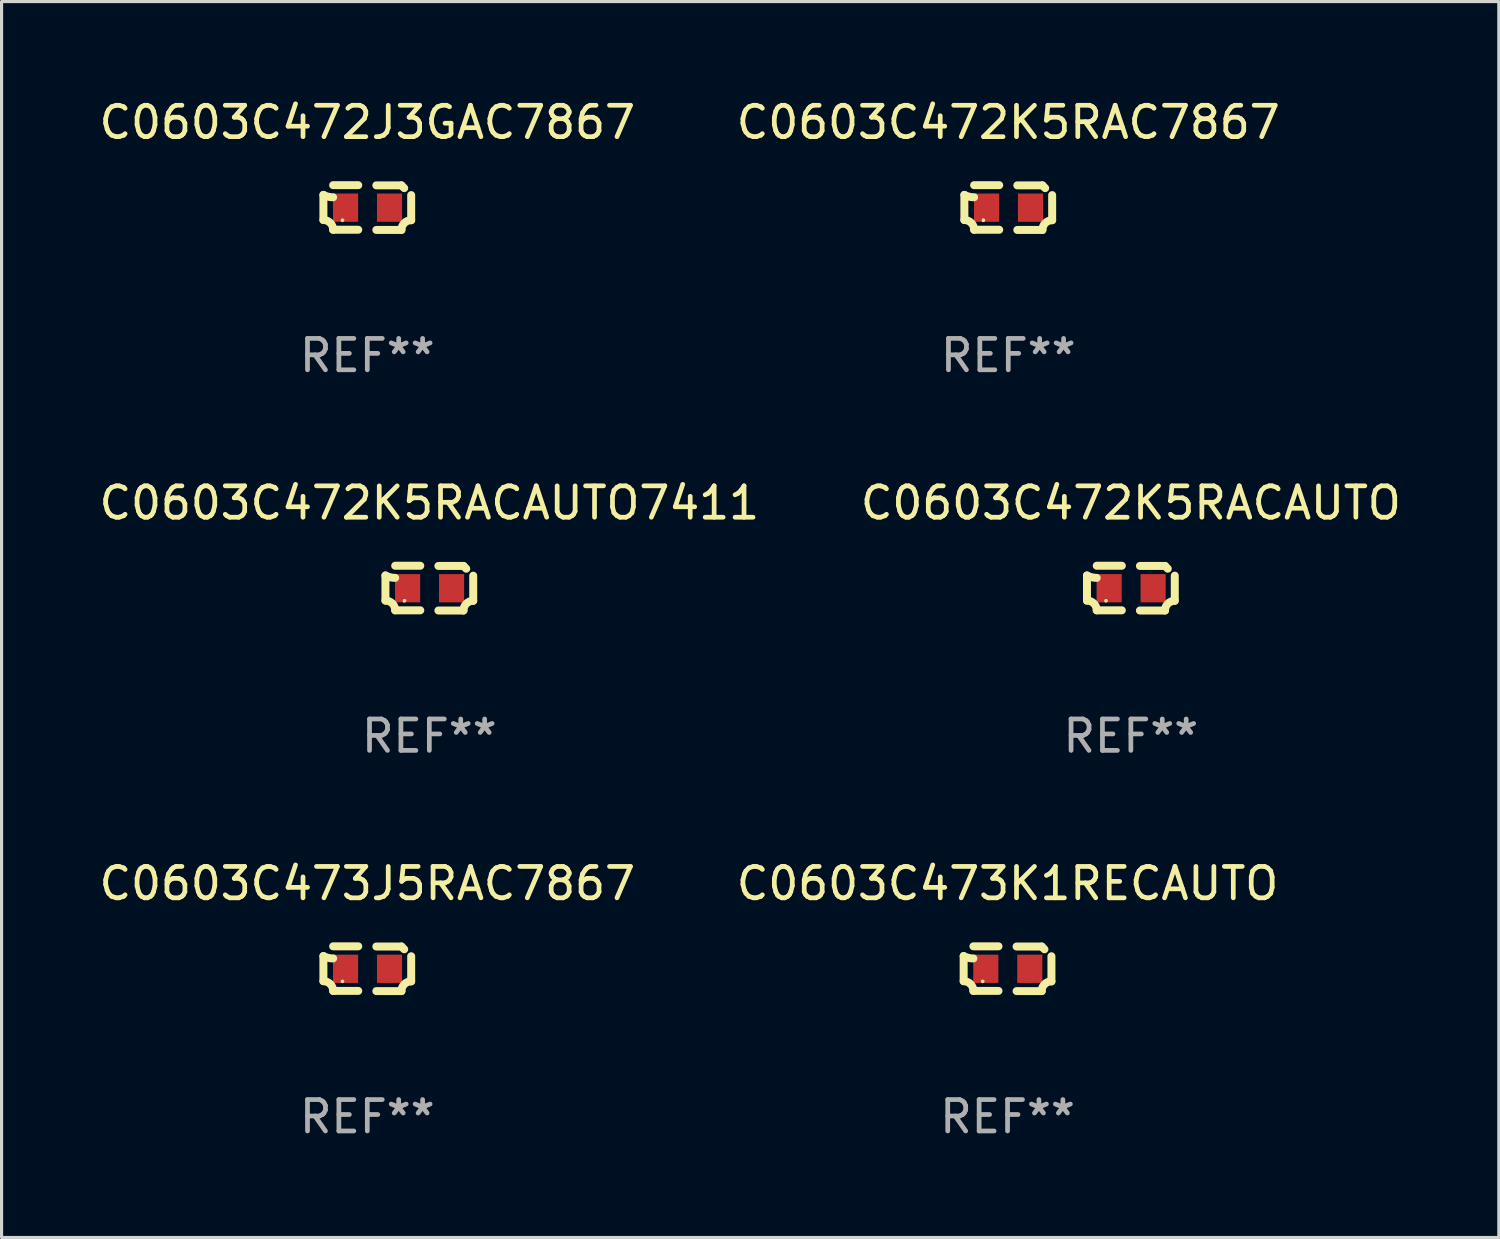
<source format=kicad_pcb>
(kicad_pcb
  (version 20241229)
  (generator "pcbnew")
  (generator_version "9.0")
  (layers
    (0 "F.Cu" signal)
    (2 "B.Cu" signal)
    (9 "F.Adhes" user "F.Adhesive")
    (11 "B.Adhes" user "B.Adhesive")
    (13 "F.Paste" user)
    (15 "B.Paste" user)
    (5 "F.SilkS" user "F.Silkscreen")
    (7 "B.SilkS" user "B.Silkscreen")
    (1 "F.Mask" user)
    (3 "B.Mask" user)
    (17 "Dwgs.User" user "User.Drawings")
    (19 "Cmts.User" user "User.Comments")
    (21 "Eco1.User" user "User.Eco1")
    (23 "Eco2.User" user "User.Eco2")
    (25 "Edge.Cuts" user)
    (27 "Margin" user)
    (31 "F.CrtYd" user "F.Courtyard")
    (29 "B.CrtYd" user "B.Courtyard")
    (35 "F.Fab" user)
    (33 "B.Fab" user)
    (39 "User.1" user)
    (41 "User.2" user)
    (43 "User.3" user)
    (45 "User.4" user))
  (footprint "C0603C472J3GAC7867"
    (layer "F.Cu")
    (at 8.649 3.561)
    (property "Reference" "C0603C472J3GAC7867" (at 0 -2.713 0) (layer "F.SilkS") (effects (font (size 1 1) (thickness 0.15))))
    (attr through_hole)
    (fp_line (start -1.398 -0.403) (end -1.398 0.397) (stroke (width 0.254) (type solid)) (layer "F.SilkS"))
    (fp_line (start -0.288 -0.713) (end -1.088 -0.713) (stroke (width 0.254) (type solid)) (layer "F.SilkS"))
    (fp_line (start -0.288 0.707) (end -1.088 0.707) (stroke (width 0.254) (type solid)) (layer "F.SilkS"))
    (fp_line (start 0.288 -0.707) (end 1.088 -0.707) (stroke (width 0.254) (type solid)) (layer "F.SilkS"))
    (fp_line (start 0.288 0.713) (end 1.088 0.713) (stroke (width 0.254) (type solid)) (layer "F.SilkS"))
    (fp_line (start 1.398 -0.397) (end 1.398 0.403) (stroke (width 0.254) (type solid)) (layer "F.SilkS"))
    (fp_arc (start -1.397789 0.397066) (mid -1.178701 0.487826) (end -1.08796 0.706922) (stroke (width 0.254001) (type solid)) (layer "F.SilkS"))
    (fp_arc (start -1.08796 -0.327176) (mid -1.247436 -0.346384) (end -1.39779 -0.402908) (stroke (width 0.254001) (type solid)) (layer "F.SilkS"))
    (fp_arc (start 1.087909 0.712738) (mid 1.178656 0.493655) (end 1.397739 0.402908) (stroke (width 0.254001) (type solid)) (layer "F.SilkS"))
    (fp_arc (start 1.175925 -0.618926) (mid 1.131917 -0.662923) (end 1.08791 -0.706922) (stroke (width 0.254001) (type solid)) (layer "F.SilkS"))
    (fp_circle (center -0.792 0.403) (end -0.762 0.403) (stroke (width 0.06) (type solid)) (fill no) (layer "F.SilkS"))
    (fp_text user "REF**" (at 0 4.713 0) (layer "F.Fab") (effects (font (size 1 1) (thickness 0.15))))
    (pad "1" smd rect (at -0.692 0.003) (size 0.8 0.9) (layers "F.Cu" "F.Mask" "F.Paste"))
    (pad "2" smd rect (at 0.708 0.003) (size 0.8 0.9) (layers "F.Cu" "F.Mask" "F.Paste")))
  (footprint "C0603C472K5RACAUTO7411"
    (layer "F.Cu")
    (at 10.625 15.683)
    (property "Reference" "C0603C472K5RACAUTO7411" (at 0 -2.713 0) (layer "F.SilkS") (effects (font (size 1 1) (thickness 0.15))))
    (attr through_hole)
    (fp_line (start -1.398 -0.403) (end -1.398 0.397) (stroke (width 0.254) (type solid)) (layer "F.SilkS"))
    (fp_line (start -0.288 -0.713) (end -1.088 -0.713) (stroke (width 0.254) (type solid)) (layer "F.SilkS"))
    (fp_line (start -0.288 0.707) (end -1.088 0.707) (stroke (width 0.254) (type solid)) (layer "F.SilkS"))
    (fp_line (start 0.288 -0.707) (end 1.088 -0.707) (stroke (width 0.254) (type solid)) (layer "F.SilkS"))
    (fp_line (start 0.288 0.713) (end 1.088 0.713) (stroke (width 0.254) (type solid)) (layer "F.SilkS"))
    (fp_line (start 1.398 -0.397) (end 1.398 0.403) (stroke (width 0.254) (type solid)) (layer "F.SilkS"))
    (fp_arc (start -1.397789 0.397066) (mid -1.178701 0.487826) (end -1.08796 0.706922) (stroke (width 0.254001) (type solid)) (layer "F.SilkS"))
    (fp_arc (start -1.08796 -0.327176) (mid -1.247436 -0.346384) (end -1.39779 -0.402908) (stroke (width 0.254001) (type solid)) (layer "F.SilkS"))
    (fp_arc (start 1.087909 0.712738) (mid 1.178656 0.493655) (end 1.397739 0.402908) (stroke (width 0.254001) (type solid)) (layer "F.SilkS"))
    (fp_arc (start 1.175925 -0.618926) (mid 1.131917 -0.662923) (end 1.08791 -0.706922) (stroke (width 0.254001) (type solid)) (layer "F.SilkS"))
    (fp_circle (center -0.792 0.403) (end -0.762 0.403) (stroke (width 0.06) (type solid)) (fill no) (layer "F.SilkS"))
    (fp_text user "REF**" (at 0 4.713 0) (layer "F.Fab") (effects (font (size 1 1) (thickness 0.15))))
    (pad "1" smd rect (at -0.692 0.003) (size 0.8 0.9) (layers "F.Cu" "F.Mask" "F.Paste"))
    (pad "2" smd rect (at 0.708 0.003) (size 0.8 0.9) (layers "F.Cu" "F.Mask" "F.Paste")))
  (footprint "C0603C472K5RAC7867"
    (layer "F.Cu")
    (at 29.065 3.561)
    (property "Reference" "C0603C472K5RAC7867" (at 0 -2.713 0) (layer "F.SilkS") (effects (font (size 1 1) (thickness 0.15))))
    (attr through_hole)
    (fp_line (start -1.398 -0.403) (end -1.398 0.397) (stroke (width 0.254) (type solid)) (layer "F.SilkS"))
    (fp_line (start -0.288 -0.713) (end -1.088 -0.713) (stroke (width 0.254) (type solid)) (layer "F.SilkS"))
    (fp_line (start -0.288 0.707) (end -1.088 0.707) (stroke (width 0.254) (type solid)) (layer "F.SilkS"))
    (fp_line (start 0.288 -0.707) (end 1.088 -0.707) (stroke (width 0.254) (type solid)) (layer "F.SilkS"))
    (fp_line (start 0.288 0.713) (end 1.088 0.713) (stroke (width 0.254) (type solid)) (layer "F.SilkS"))
    (fp_line (start 1.398 -0.397) (end 1.398 0.403) (stroke (width 0.254) (type solid)) (layer "F.SilkS"))
    (fp_arc (start -1.397789 0.397066) (mid -1.178701 0.487826) (end -1.08796 0.706922) (stroke (width 0.254001) (type solid)) (layer "F.SilkS"))
    (fp_arc (start -1.08796 -0.327176) (mid -1.247436 -0.346384) (end -1.39779 -0.402908) (stroke (width 0.254001) (type solid)) (layer "F.SilkS"))
    (fp_arc (start 1.087909 0.712738) (mid 1.178656 0.493655) (end 1.397739 0.402908) (stroke (width 0.254001) (type solid)) (layer "F.SilkS"))
    (fp_arc (start 1.175925 -0.618926) (mid 1.131917 -0.662923) (end 1.08791 -0.706922) (stroke (width 0.254001) (type solid)) (layer "F.SilkS"))
    (fp_circle (center -0.792 0.403) (end -0.762 0.403) (stroke (width 0.06) (type solid)) (fill no) (layer "F.SilkS"))
    (fp_text user "REF**" (at 0 4.713 0) (layer "F.Fab") (effects (font (size 1 1) (thickness 0.15))))
    (pad "1" smd rect (at -0.692 0.003) (size 0.8 0.9) (layers "F.Cu" "F.Mask" "F.Paste"))
    (pad "2" smd rect (at 0.708 0.003) (size 0.8 0.9) (layers "F.Cu" "F.Mask" "F.Paste")))
  (footprint "C0603C473J5RAC7867"
    (layer "F.Cu")
    (at 8.649 27.805)
    (property "Reference" "C0603C473J5RAC7867" (at 0 -2.713 0) (layer "F.SilkS") (effects (font (size 1 1) (thickness 0.15))))
    (attr through_hole)
    (fp_line (start -1.398 -0.403) (end -1.398 0.397) (stroke (width 0.254) (type solid)) (layer "F.SilkS"))
    (fp_line (start -0.288 -0.713) (end -1.088 -0.713) (stroke (width 0.254) (type solid)) (layer "F.SilkS"))
    (fp_line (start -0.288 0.707) (end -1.088 0.707) (stroke (width 0.254) (type solid)) (layer "F.SilkS"))
    (fp_line (start 0.288 -0.707) (end 1.088 -0.707) (stroke (width 0.254) (type solid)) (layer "F.SilkS"))
    (fp_line (start 0.288 0.713) (end 1.088 0.713) (stroke (width 0.254) (type solid)) (layer "F.SilkS"))
    (fp_line (start 1.398 -0.397) (end 1.398 0.403) (stroke (width 0.254) (type solid)) (layer "F.SilkS"))
    (fp_arc (start -1.397789 0.397066) (mid -1.178701 0.487826) (end -1.08796 0.706922) (stroke (width 0.254001) (type solid)) (layer "F.SilkS"))
    (fp_arc (start -1.08796 -0.327176) (mid -1.247436 -0.346384) (end -1.39779 -0.402908) (stroke (width 0.254001) (type solid)) (layer "F.SilkS"))
    (fp_arc (start 1.087909 0.712738) (mid 1.178656 0.493655) (end 1.397739 0.402908) (stroke (width 0.254001) (type solid)) (layer "F.SilkS"))
    (fp_arc (start 1.175925 -0.618926) (mid 1.131917 -0.662923) (end 1.08791 -0.706922) (stroke (width 0.254001) (type solid)) (layer "F.SilkS"))
    (fp_circle (center -0.792 0.403) (end -0.762 0.403) (stroke (width 0.06) (type solid)) (fill no) (layer "F.SilkS"))
    (fp_text user "REF**" (at 0 4.713 0) (layer "F.Fab") (effects (font (size 1 1) (thickness 0.15))))
    (pad "1" smd rect (at -0.692 0.003) (size 0.8 0.9) (layers "F.Cu" "F.Mask" "F.Paste"))
    (pad "2" smd rect (at 0.708 0.003) (size 0.8 0.9) (layers "F.Cu" "F.Mask" "F.Paste")))
  (footprint "C0603C472K5RACAUTO"
    (layer "F.Cu")
    (at 32.97 15.683)
    (property "Reference" "C0603C472K5RACAUTO" (at 0 -2.713 0) (layer "F.SilkS") (effects (font (size 1 1) (thickness 0.15))))
    (attr through_hole)
    (fp_line (start -1.398 -0.403) (end -1.398 0.397) (stroke (width 0.254) (type solid)) (layer "F.SilkS"))
    (fp_line (start -0.288 -0.713) (end -1.088 -0.713) (stroke (width 0.254) (type solid)) (layer "F.SilkS"))
    (fp_line (start -0.288 0.707) (end -1.088 0.707) (stroke (width 0.254) (type solid)) (layer "F.SilkS"))
    (fp_line (start 0.288 -0.707) (end 1.088 -0.707) (stroke (width 0.254) (type solid)) (layer "F.SilkS"))
    (fp_line (start 0.288 0.713) (end 1.088 0.713) (stroke (width 0.254) (type solid)) (layer "F.SilkS"))
    (fp_line (start 1.398 -0.397) (end 1.398 0.403) (stroke (width 0.254) (type solid)) (layer "F.SilkS"))
    (fp_arc (start -1.397789 0.397066) (mid -1.178701 0.487826) (end -1.08796 0.706922) (stroke (width 0.254001) (type solid)) (layer "F.SilkS"))
    (fp_arc (start -1.08796 -0.327176) (mid -1.247436 -0.346384) (end -1.39779 -0.402908) (stroke (width 0.254001) (type solid)) (layer "F.SilkS"))
    (fp_arc (start 1.087909 0.712738) (mid 1.178656 0.493655) (end 1.397739 0.402908) (stroke (width 0.254001) (type solid)) (layer "F.SilkS"))
    (fp_arc (start 1.175925 -0.618926) (mid 1.131917 -0.662923) (end 1.08791 -0.706922) (stroke (width 0.254001) (type solid)) (layer "F.SilkS"))
    (fp_circle (center -0.792 0.403) (end -0.762 0.403) (stroke (width 0.06) (type solid)) (fill no) (layer "F.SilkS"))
    (fp_text user "REF**" (at 0 4.713 0) (layer "F.Fab") (effects (font (size 1 1) (thickness 0.15))))
    (pad "1" smd rect (at -0.692 0.003) (size 0.8 0.9) (layers "F.Cu" "F.Mask" "F.Paste"))
    (pad "2" smd rect (at 0.708 0.003) (size 0.8 0.9) (layers "F.Cu" "F.Mask" "F.Paste")))
  (footprint "C0603C473K1RECAUTO"
    (layer "F.Cu")
    (at 29.042 27.805)
    (property "Reference" "C0603C473K1RECAUTO" (at 0 -2.713 0) (layer "F.SilkS") (effects (font (size 1 1) (thickness 0.15))))
    (attr through_hole)
    (fp_line (start -1.398 -0.403) (end -1.398 0.397) (stroke (width 0.254) (type solid)) (layer "F.SilkS"))
    (fp_line (start -0.288 -0.713) (end -1.088 -0.713) (stroke (width 0.254) (type solid)) (layer "F.SilkS"))
    (fp_line (start -0.288 0.707) (end -1.088 0.707) (stroke (width 0.254) (type solid)) (layer "F.SilkS"))
    (fp_line (start 0.288 -0.707) (end 1.088 -0.707) (stroke (width 0.254) (type solid)) (layer "F.SilkS"))
    (fp_line (start 0.288 0.713) (end 1.088 0.713) (stroke (width 0.254) (type solid)) (layer "F.SilkS"))
    (fp_line (start 1.398 -0.397) (end 1.398 0.403) (stroke (width 0.254) (type solid)) (layer "F.SilkS"))
    (fp_arc (start -1.397789 0.397066) (mid -1.178701 0.487826) (end -1.08796 0.706922) (stroke (width 0.254001) (type solid)) (layer "F.SilkS"))
    (fp_arc (start -1.08796 -0.327176) (mid -1.247436 -0.346384) (end -1.39779 -0.402908) (stroke (width 0.254001) (type solid)) (layer "F.SilkS"))
    (fp_arc (start 1.087909 0.712738) (mid 1.178656 0.493655) (end 1.397739 0.402908) (stroke (width 0.254001) (type solid)) (layer "F.SilkS"))
    (fp_arc (start 1.175925 -0.618926) (mid 1.131917 -0.662923) (end 1.08791 -0.706922) (stroke (width 0.254001) (type solid)) (layer "F.SilkS"))
    (fp_circle (center -0.792 0.403) (end -0.762 0.403) (stroke (width 0.06) (type solid)) (fill no) (layer "F.SilkS"))
    (fp_text user "REF**" (at 0 4.713 0) (layer "F.Fab") (effects (font (size 1 1) (thickness 0.15))))
    (pad "1" smd rect (at -0.692 0.003) (size 0.8 0.9) (layers "F.Cu" "F.Mask" "F.Paste"))
    (pad "2" smd rect (at 0.708 0.003) (size 0.8 0.9) (layers "F.Cu" "F.Mask" "F.Paste")))
  (gr_rect
    (start -3 -3)
    (end 44.69 36.366)
    (stroke (width 0.1) (type default))
    (fill no)
    (layer "Edge.Cuts")))
</source>
